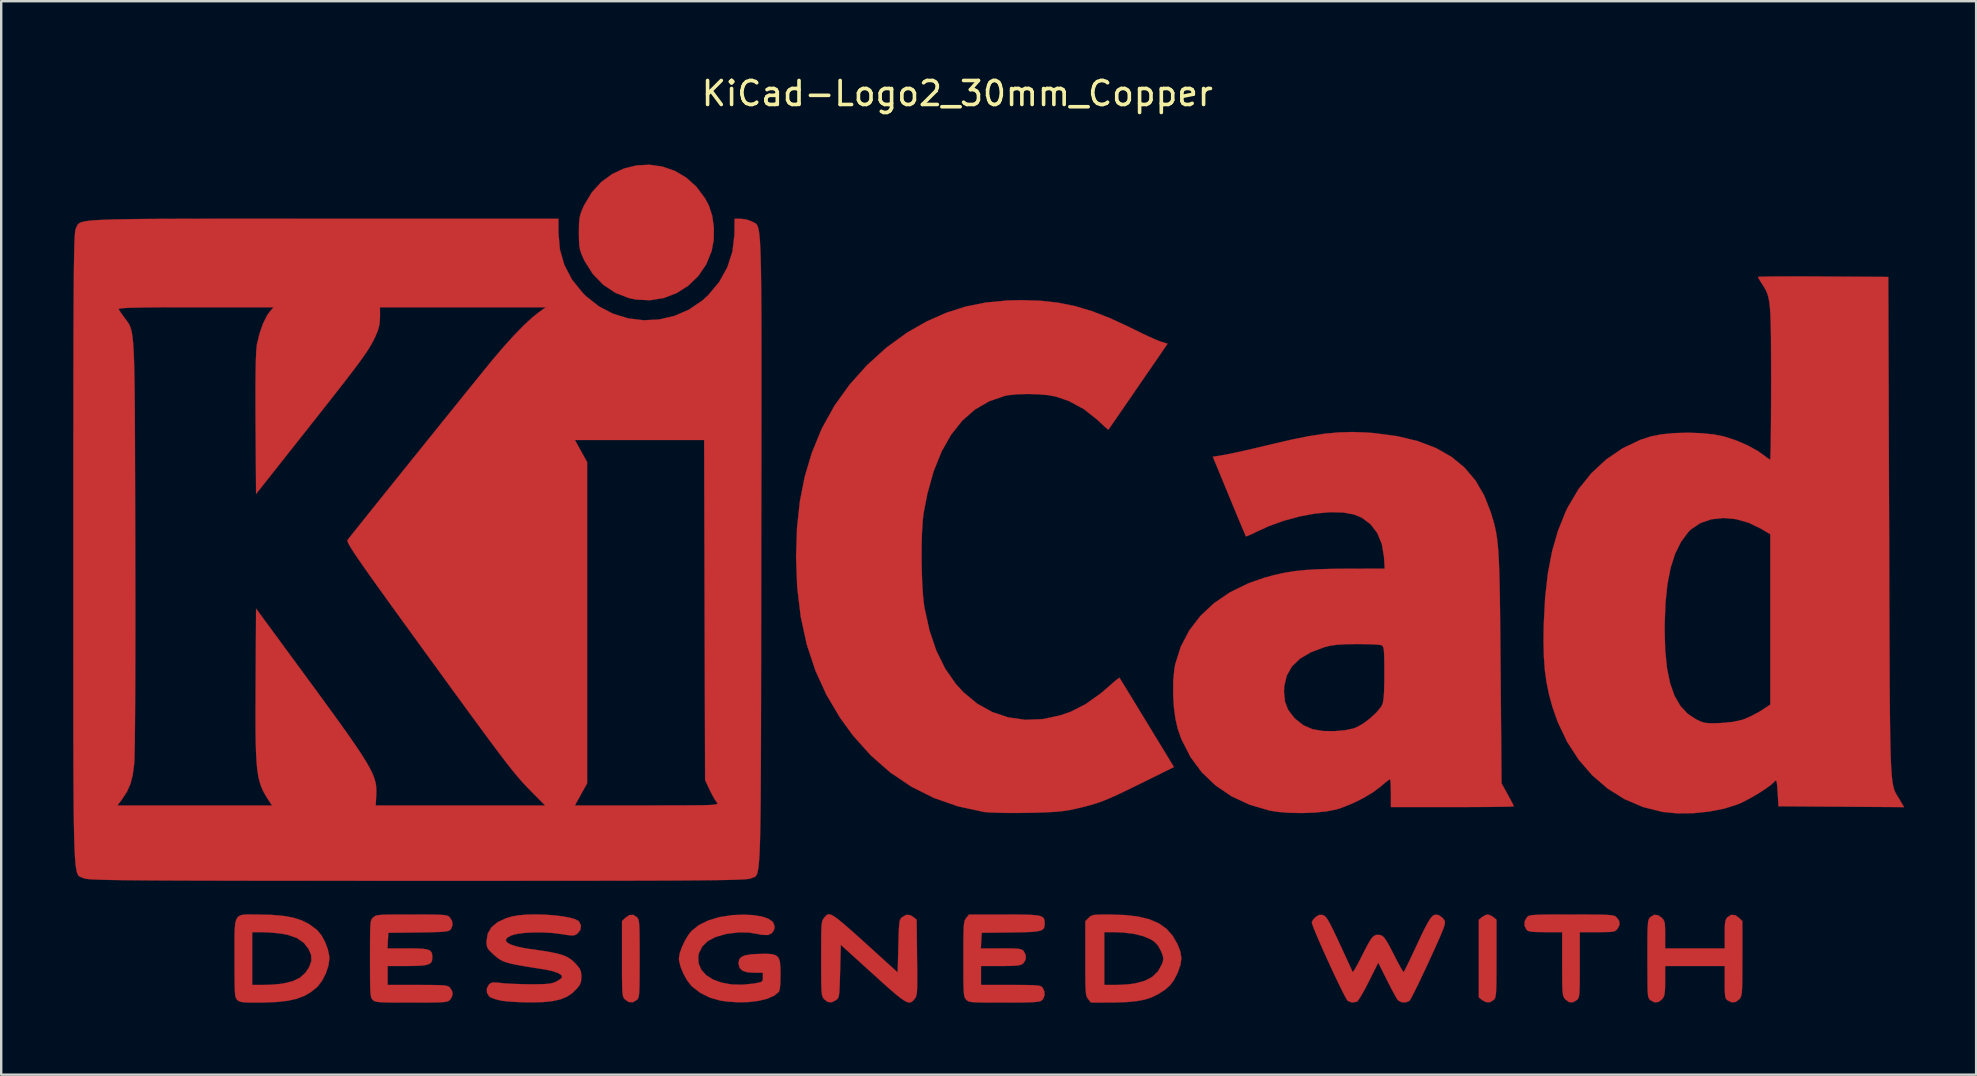
<source format=kicad_pcb>
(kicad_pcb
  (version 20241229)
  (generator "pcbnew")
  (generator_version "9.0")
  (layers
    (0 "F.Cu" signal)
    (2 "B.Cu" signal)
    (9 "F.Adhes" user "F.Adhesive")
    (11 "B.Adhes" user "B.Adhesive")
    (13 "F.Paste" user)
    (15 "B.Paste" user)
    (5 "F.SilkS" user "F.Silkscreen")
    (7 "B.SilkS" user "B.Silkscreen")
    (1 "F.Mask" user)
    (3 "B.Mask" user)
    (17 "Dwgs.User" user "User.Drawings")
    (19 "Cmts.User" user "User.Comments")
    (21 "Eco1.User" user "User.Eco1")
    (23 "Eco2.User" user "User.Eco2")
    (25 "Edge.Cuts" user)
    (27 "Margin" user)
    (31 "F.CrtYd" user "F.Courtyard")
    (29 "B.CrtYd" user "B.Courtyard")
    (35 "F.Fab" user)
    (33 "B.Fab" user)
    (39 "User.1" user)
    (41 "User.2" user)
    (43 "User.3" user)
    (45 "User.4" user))
  (footprint "KiCad-Logo2_30mm_Copper"
    (layer "F.Cu")
    (at 38.106 18.628)
    (property "Reference" "KiCad-Logo2_30mm_Copper" (at -1.27 -17.78 0) (layer "F.SilkS") (effects (font (size 1 1) (thickness 0.15))))
    (attr board_only exclude_from_pos_files exclude_from_bom allow_missing_courtyard)
    (fp_poly (pts (xy 20.943 16.459) (xy 21.062 16.533) (xy 21.195 16.641) (xy 21.195 18.249) (xy 21.194 18.719) (xy 21.193 19.09) (xy 21.189 19.374) (xy 21.182 19.584) (xy 21.171 19.734) (xy 21.155 19.836) (xy 21.134 19.905) (xy 21.107 19.952) (xy 21.087 19.975) (xy 20.93 20.078) (xy 20.751 20.074) (xy 20.594 19.986) (xy 20.461 19.878) (xy 20.461 16.641) (xy 20.594 16.533) (xy 20.723 16.455) (xy 20.828 16.425) (xy 20.943 16.459)) (stroke (width 0.01) (type solid)) (fill yes) (layer "F.Cu"))
    (fp_poly (pts (xy -14.619 16.538) (xy -14.586 16.576) (xy -14.56 16.625) (xy -14.541 16.698) (xy -14.527 16.808) (xy -14.517 16.968) (xy -14.511 17.192) (xy -14.508 17.492) (xy -14.506 17.881) (xy -14.506 18.26) (xy -14.507 18.729) (xy -14.508 19.098) (xy -14.512 19.381) (xy -14.519 19.59) (xy -14.529 19.739) (xy -14.544 19.84) (xy -14.565 19.907) (xy -14.593 19.952) (xy -14.619 19.981) (xy -14.784 20.08) (xy -14.96 20.071) (xy -15.117 19.964) (xy -15.153 19.922) (xy -15.182 19.873) (xy -15.203 19.804) (xy -15.218 19.702) (xy -15.229 19.553) (xy -15.235 19.343) (xy -15.239 19.059) (xy -15.24 18.688) (xy -15.24 18.268) (xy -15.24 16.702) (xy -15.101 16.564) (xy -14.931 16.447) (xy -14.765 16.443) (xy -14.619 16.538)) (stroke (width 0.01) (type solid)) (fill yes) (layer "F.Cu"))
    (fp_poly (pts (xy -13.557 -14.738) (xy -13.044 -14.56) (xy -12.567 -14.28) (xy -12.141 -13.898) (xy -11.781 -13.415) (xy -11.619 -13.11) (xy -11.48 -12.683) (xy -11.412 -12.191) (xy -11.419 -11.684) (xy -11.503 -11.226) (xy -11.73 -10.665) (xy -12.061 -10.179) (xy -12.477 -9.777) (xy -12.961 -9.468) (xy -13.499 -9.262) (xy -14.071 -9.168) (xy -14.662 -9.197) (xy -14.953 -9.259) (xy -15.521 -9.48) (xy -16.025 -9.817) (xy -16.454 -10.26) (xy -16.795 -10.798) (xy -16.823 -10.856) (xy -16.923 -11.077) (xy -16.986 -11.263) (xy -17.02 -11.459) (xy -17.033 -11.71) (xy -17.036 -11.983) (xy -17.032 -12.311) (xy -17.015 -12.549) (xy -16.976 -12.741) (xy -16.906 -12.933) (xy -16.82 -13.122) (xy -16.498 -13.66) (xy -16.103 -14.095) (xy -15.648 -14.428) (xy -15.151 -14.659) (xy -14.626 -14.787) (xy -14.09 -14.814) (xy -13.557 -14.738)) (stroke (width 0.01) (type solid)) (fill yes) (layer "F.Cu"))
    (fp_poly (pts (xy 24.815 16.426) (xy 25.209 16.428) (xy 25.514 16.432) (xy 25.744 16.438) (xy 25.911 16.448) (xy 26.026 16.463) (xy 26.103 16.481) (xy 26.154 16.506) (xy 26.179 16.524) (xy 26.307 16.687) (xy 26.323 16.856) (xy 26.244 17.009) (xy 26.192 17.07) (xy 26.136 17.112) (xy 26.055 17.138) (xy 25.928 17.152) (xy 25.734 17.158) (xy 25.451 17.159) (xy 25.396 17.159) (xy 24.666 17.159) (xy 24.666 18.514) (xy 24.666 18.941) (xy 24.664 19.269) (xy 24.659 19.514) (xy 24.65 19.689) (xy 24.636 19.809) (xy 24.616 19.888) (xy 24.588 19.941) (xy 24.553 19.981) (xy 24.389 20.081) (xy 24.217 20.073) (xy 24.061 19.96) (xy 24.049 19.945) (xy 24.012 19.892) (xy 23.984 19.83) (xy 23.963 19.744) (xy 23.949 19.619) (xy 23.94 19.439) (xy 23.935 19.19) (xy 23.933 18.857) (xy 23.932 18.478) (xy 23.932 17.159) (xy 23.236 17.159) (xy 22.937 17.157) (xy 22.73 17.149) (xy 22.594 17.133) (xy 22.508 17.105) (xy 22.452 17.063) (xy 22.445 17.056) (xy 22.364 16.89) (xy 22.371 16.702) (xy 22.465 16.538) (xy 22.501 16.506) (xy 22.548 16.481) (xy 22.618 16.462) (xy 22.723 16.448) (xy 22.877 16.438) (xy 23.091 16.431) (xy 23.378 16.427) (xy 23.751 16.426) (xy 24.221 16.425) (xy 24.321 16.425) (xy 24.815 16.426)) (stroke (width 0.01) (type solid)) (fill yes) (layer "F.Cu"))
    (fp_poly (pts (xy 31.144 16.453) (xy 31.301 16.564) (xy 31.44 16.702) (xy 31.44 18.25) (xy 31.439 18.709) (xy 31.437 19.069) (xy 31.433 19.344) (xy 31.426 19.547) (xy 31.415 19.692) (xy 31.398 19.792) (xy 31.376 19.862) (xy 31.346 19.914) (xy 31.323 19.945) (xy 31.169 20.068) (xy 30.992 20.082) (xy 30.831 20.006) (xy 30.778 19.962) (xy 30.742 19.903) (xy 30.721 19.808) (xy 30.71 19.655) (xy 30.706 19.423) (xy 30.706 19.244) (xy 30.706 18.57) (xy 28.222 18.57) (xy 28.222 19.183) (xy 28.22 19.464) (xy 28.209 19.657) (xy 28.188 19.787) (xy 28.15 19.879) (xy 28.105 19.945) (xy 27.951 20.068) (xy 27.776 20.083) (xy 27.609 19.995) (xy 27.563 19.95) (xy 27.531 19.889) (xy 27.509 19.795) (xy 27.497 19.648) (xy 27.49 19.43) (xy 27.487 19.121) (xy 27.487 19.05) (xy 27.484 18.468) (xy 27.483 17.989) (xy 27.484 17.601) (xy 27.486 17.294) (xy 27.491 17.058) (xy 27.5 16.883) (xy 27.511 16.756) (xy 27.527 16.669) (xy 27.548 16.61) (xy 27.573 16.569) (xy 27.601 16.538) (xy 27.761 16.439) (xy 27.927 16.453) (xy 28.084 16.564) (xy 28.147 16.636) (xy 28.188 16.715) (xy 28.21 16.828) (xy 28.22 17) (xy 28.222 17.259) (xy 28.222 17.269) (xy 28.222 17.836) (xy 30.706 17.836) (xy 30.706 17.244) (xy 30.708 16.971) (xy 30.718 16.786) (xy 30.74 16.667) (xy 30.777 16.587) (xy 30.819 16.538) (xy 30.978 16.439) (xy 31.144 16.453)) (stroke (width 0.01) (type solid)) (fill yes) (layer "F.Cu"))
    (fp_poly (pts (xy 5.092 16.426) (xy 5.736 16.448) (xy 6.285 16.514) (xy 6.746 16.629) (xy 7.129 16.795) (xy 7.443 17.018) (xy 7.696 17.301) (xy 7.898 17.648) (xy 7.902 17.657) (xy 8.023 17.967) (xy 8.066 18.243) (xy 8.031 18.519) (xy 7.918 18.835) (xy 7.897 18.883) (xy 7.751 19.165) (xy 7.587 19.382) (xy 7.375 19.567) (xy 7.086 19.751) (xy 7.069 19.76) (xy 6.818 19.881) (xy 6.533 19.971) (xy 6.198 20.034) (xy 5.793 20.073) (xy 5.3 20.09) (xy 5.126 20.091) (xy 4.298 20.094) (xy 4.181 19.945) (xy 4.146 19.897) (xy 4.119 19.839) (xy 4.099 19.76) (xy 4.084 19.646) (xy 4.074 19.482) (xy 4.071 19.36) (xy 4.854 19.36) (xy 5.324 19.36) (xy 5.598 19.352) (xy 5.88 19.331) (xy 6.112 19.301) (xy 6.126 19.299) (xy 6.537 19.189) (xy 6.856 19.023) (xy 7.092 18.794) (xy 7.257 18.495) (xy 7.286 18.415) (xy 7.314 18.292) (xy 7.301 18.17) (xy 7.242 18.007) (xy 7.207 17.927) (xy 7.09 17.715) (xy 6.949 17.566) (xy 6.795 17.463) (xy 6.485 17.328) (xy 6.088 17.23) (xy 5.626 17.174) (xy 5.292 17.161) (xy 4.854 17.159) (xy 4.854 19.36) (xy 4.071 19.36) (xy 4.068 19.255) (xy 4.065 18.952) (xy 4.064 18.558) (xy 4.064 18.25) (xy 4.064 16.702) (xy 4.203 16.564) (xy 4.264 16.508) (xy 4.331 16.469) (xy 4.423 16.445) (xy 4.564 16.432) (xy 4.774 16.427) (xy 5.074 16.426) (xy 5.092 16.426)) (stroke (width 0.01) (type solid)) (fill yes) (layer "F.Cu"))
    (fp_poly (pts (xy -30.607 16.425) (xy -30.409 16.427) (xy -29.831 16.441) (xy -29.347 16.483) (xy -28.94 16.556) (xy -28.594 16.666) (xy -28.292 16.817) (xy -28.019 17.013) (xy -27.921 17.098) (xy -27.759 17.297) (xy -27.613 17.567) (xy -27.5 17.867) (xy -27.438 18.154) (xy -27.432 18.26) (xy -27.472 18.554) (xy -27.579 18.875) (xy -27.735 19.179) (xy -27.919 19.422) (xy -27.949 19.451) (xy -28.203 19.657) (xy -28.481 19.817) (xy -28.798 19.937) (xy -29.172 20.02) (xy -29.619 20.07) (xy -30.153 20.092) (xy -30.398 20.094) (xy -30.709 20.093) (xy -30.928 20.086) (xy -31.075 20.073) (xy -31.17 20.049) (xy -31.235 20.013) (xy -31.27 19.981) (xy -31.303 19.943) (xy -31.329 19.895) (xy -31.349 19.822) (xy -31.363 19.712) (xy -31.372 19.551) (xy -31.378 19.328) (xy -31.382 19.028) (xy -31.383 18.638) (xy -31.383 18.26) (xy -31.384 17.755) (xy -31.384 17.352) (xy -31.379 17.159) (xy -30.649 17.159) (xy -30.649 19.36) (xy -30.184 19.36) (xy -29.903 19.352) (xy -29.61 19.331) (xy -29.365 19.302) (xy -29.358 19.301) (xy -28.962 19.205) (xy -28.655 19.056) (xy -28.422 18.844) (xy -28.273 18.615) (xy -28.182 18.36) (xy -28.189 18.121) (xy -28.295 17.865) (xy -28.502 17.599) (xy -28.79 17.403) (xy -29.164 17.272) (xy -29.414 17.225) (xy -29.697 17.193) (xy -29.998 17.169) (xy -30.253 17.159) (xy -30.268 17.159) (xy -30.649 17.159) (xy -31.379 17.159) (xy -31.376 17.039) (xy -31.355 16.805) (xy -31.314 16.639) (xy -31.248 16.529) (xy -31.15 16.464) (xy -31.014 16.432) (xy -30.835 16.423) (xy -30.607 16.425)) (stroke (width 0.01) (type solid)) (fill yes) (layer "F.Cu"))
    (fp_poly (pts (xy -6.501 16.447) (xy -6.383 16.516) (xy -6.229 16.629) (xy -6.03 16.792) (xy -5.78 17.009) (xy -5.469 17.285) (xy -5.09 17.627) (xy -4.657 18.02) (xy -3.754 18.839) (xy -3.725 17.74) (xy -3.715 17.362) (xy -3.705 17.08) (xy -3.694 16.879) (xy -3.678 16.741) (xy -3.656 16.652) (xy -3.626 16.594) (xy -3.585 16.551) (xy -3.564 16.533) (xy -3.391 16.438) (xy -3.227 16.452) (xy -3.097 16.533) (xy -2.963 16.641) (xy -2.947 18.216) (xy -2.942 18.679) (xy -2.94 19.043) (xy -2.941 19.321) (xy -2.945 19.527) (xy -2.954 19.674) (xy -2.969 19.776) (xy -2.99 19.847) (xy -3.018 19.9) (xy -3.05 19.942) (xy -3.117 20.021) (xy -3.184 20.073) (xy -3.261 20.093) (xy -3.355 20.075) (xy -3.477 20.014) (xy -3.636 19.904) (xy -3.842 19.74) (xy -4.103 19.515) (xy -4.429 19.224) (xy -4.798 18.89) (xy -6.124 17.687) (xy -6.152 18.783) (xy -6.163 19.161) (xy -6.173 19.442) (xy -6.184 19.643) (xy -6.2 19.779) (xy -6.222 19.869) (xy -6.252 19.926) (xy -6.293 19.969) (xy -6.314 19.986) (xy -6.499 20.082) (xy -6.674 20.067) (xy -6.826 19.945) (xy -6.86 19.896) (xy -6.888 19.839) (xy -6.908 19.76) (xy -6.923 19.645) (xy -6.932 19.48) (xy -6.938 19.253) (xy -6.941 18.948) (xy -6.943 18.552) (xy -6.943 18.26) (xy -6.942 17.802) (xy -6.941 17.443) (xy -6.937 17.17) (xy -6.929 16.969) (xy -6.918 16.825) (xy -6.901 16.725) (xy -6.878 16.656) (xy -6.848 16.604) (xy -6.826 16.574) (xy -6.769 16.503) (xy -6.717 16.45) (xy -6.659 16.419) (xy -6.59 16.417) (xy -6.501 16.447)) (stroke (width 0.01) (type solid)) (fill yes) (layer "F.Cu"))
    (fp_poly (pts (xy -9.75 16.453) (xy -9.408 16.51) (xy -9.145 16.6) (xy -8.974 16.717) (xy -8.927 16.785) (xy -8.879 16.941) (xy -8.911 17.082) (xy -9.012 17.216) (xy -9.169 17.279) (xy -9.396 17.273) (xy -9.572 17.24) (xy -9.962 17.175) (xy -10.361 17.169) (xy -10.808 17.221) (xy -10.931 17.243) (xy -11.346 17.361) (xy -11.671 17.535) (xy -11.902 17.763) (xy -12.036 18.042) (xy -12.063 18.187) (xy -12.045 18.48) (xy -11.929 18.739) (xy -11.724 18.96) (xy -11.442 19.136) (xy -11.094 19.264) (xy -10.689 19.338) (xy -10.239 19.352) (xy -9.755 19.303) (xy -9.727 19.298) (xy -9.534 19.262) (xy -9.427 19.228) (xy -9.381 19.176) (xy -9.37 19.09) (xy -9.37 19.044) (xy -9.37 18.852) (xy -9.712 18.852) (xy -10.014 18.832) (xy -10.221 18.766) (xy -10.341 18.649) (xy -10.384 18.475) (xy -10.385 18.452) (xy -10.359 18.303) (xy -10.272 18.197) (xy -10.11 18.127) (xy -9.859 18.086) (xy -9.616 18.071) (xy -9.262 18.062) (xy -9.006 18.075) (xy -8.831 18.124) (xy -8.722 18.222) (xy -8.664 18.382) (xy -8.64 18.619) (xy -8.636 18.93) (xy -8.643 19.278) (xy -8.664 19.514) (xy -8.7 19.64) (xy -8.707 19.65) (xy -8.901 19.808) (xy -9.186 19.932) (xy -9.544 20.022) (xy -9.957 20.073) (xy -10.406 20.083) (xy -10.873 20.05) (xy -11.148 20.01) (xy -11.579 19.888) (xy -11.979 19.688) (xy -12.315 19.429) (xy -12.366 19.378) (xy -12.532 19.16) (xy -12.681 18.891) (xy -12.797 18.608) (xy -12.861 18.351) (xy -12.869 18.253) (xy -12.836 18.047) (xy -12.748 17.791) (xy -12.621 17.522) (xy -12.474 17.276) (xy -12.344 17.112) (xy -12.039 16.867) (xy -11.645 16.673) (xy -11.176 16.532) (xy -10.646 16.451) (xy -10.16 16.431) (xy -9.75 16.453)) (stroke (width 0.01) (type solid)) (fill yes) (layer "F.Cu"))
    (fp_poly (pts (xy 1.152 16.426) (xy 1.534 16.431) (xy 1.826 16.442) (xy 2.041 16.461) (xy 2.191 16.491) (xy 2.287 16.535) (xy 2.341 16.596) (xy 2.365 16.675) (xy 2.371 16.775) (xy 2.371 16.787) (xy 2.366 16.9) (xy 2.342 16.988) (xy 2.287 17.053) (xy 2.187 17.1) (xy 2.029 17.131) (xy 1.801 17.151) (xy 1.49 17.163) (xy 1.081 17.17) (xy 0.956 17.172) (xy -0.254 17.187) (xy -0.271 17.512) (xy -0.288 17.836) (xy 0.553 17.836) (xy 0.881 17.838) (xy 1.116 17.843) (xy 1.275 17.854) (xy 1.379 17.874) (xy 1.445 17.904) (xy 1.494 17.947) (xy 1.494 17.947) (xy 1.582 18.116) (xy 1.579 18.297) (xy 1.487 18.452) (xy 1.468 18.468) (xy 1.404 18.509) (xy 1.315 18.538) (xy 1.183 18.556) (xy 0.987 18.566) (xy 0.708 18.57) (xy 0.53 18.57) (xy -0.282 18.57) (xy -0.282 19.36) (xy 0.951 19.36) (xy 1.358 19.361) (xy 1.667 19.364) (xy 1.893 19.37) (xy 2.051 19.381) (xy 2.156 19.398) (xy 2.223 19.421) (xy 2.266 19.452) (xy 2.277 19.464) (xy 2.358 19.621) (xy 2.364 19.801) (xy 2.298 19.956) (xy 2.245 20.006) (xy 2.191 20.034) (xy 2.106 20.055) (xy 1.978 20.071) (xy 1.794 20.082) (xy 1.539 20.089) (xy 1.2 20.093) (xy 0.765 20.094) (xy 0.667 20.094) (xy 0.225 20.094) (xy -0.119 20.092) (xy -0.377 20.088) (xy -0.564 20.081) (xy -0.694 20.069) (xy -0.78 20.051) (xy -0.837 20.026) (xy -0.878 19.994) (xy -0.901 19.971) (xy -0.935 19.929) (xy -0.961 19.878) (xy -0.981 19.804) (xy -0.996 19.693) (xy -1.006 19.532) (xy -1.012 19.307) (xy -1.015 19.006) (xy -1.016 18.615) (xy -1.016 18.285) (xy -1.016 17.823) (xy -1.014 17.461) (xy -1.01 17.184) (xy -1.003 16.979) (xy -0.992 16.832) (xy -0.975 16.731) (xy -0.953 16.66) (xy -0.924 16.607) (xy -0.899 16.574) (xy -0.782 16.425) (xy 0.669 16.425) (xy 1.152 16.426)) (stroke (width 0.01) (type solid)) (fill yes) (layer "F.Cu"))
    (fp_poly (pts (xy -23.564 16.426) (xy -23.217 16.428) (xy -22.955 16.432) (xy -22.764 16.44) (xy -22.631 16.452) (xy -22.541 16.47) (xy -22.48 16.494) (xy -22.435 16.526) (xy -22.419 16.54) (xy -22.32 16.696) (xy -22.302 16.874) (xy -22.367 17.033) (xy -22.398 17.065) (xy -22.446 17.096) (xy -22.525 17.12) (xy -22.647 17.138) (xy -22.828 17.151) (xy -23.083 17.16) (xy -23.425 17.168) (xy -23.738 17.172) (xy -24.977 17.187) (xy -24.994 17.512) (xy -25.011 17.836) (xy -24.17 17.836) (xy -23.805 17.84) (xy -23.538 17.853) (xy -23.353 17.882) (xy -23.236 17.932) (xy -23.172 18.008) (xy -23.146 18.117) (xy -23.142 18.219) (xy -23.155 18.343) (xy -23.201 18.435) (xy -23.297 18.498) (xy -23.456 18.539) (xy -23.692 18.561) (xy -24.02 18.569) (xy -24.199 18.57) (xy -25.005 18.57) (xy -25.005 19.36) (xy -23.763 19.36) (xy -23.356 19.361) (xy -23.047 19.364) (xy -22.82 19.369) (xy -22.66 19.38) (xy -22.553 19.396) (xy -22.482 19.419) (xy -22.433 19.45) (xy -22.408 19.473) (xy -22.323 19.608) (xy -22.296 19.727) (xy -22.335 19.873) (xy -22.408 19.981) (xy -22.448 20.015) (xy -22.498 20.042) (xy -22.574 20.061) (xy -22.689 20.076) (xy -22.856 20.085) (xy -23.088 20.09) (xy -23.401 20.093) (xy -23.807 20.094) (xy -24.017 20.094) (xy -24.468 20.094) (xy -24.82 20.092) (xy -25.086 20.088) (xy -25.28 20.08) (xy -25.415 20.068) (xy -25.506 20.051) (xy -25.566 20.028) (xy -25.609 19.997) (xy -25.626 19.981) (xy -25.659 19.943) (xy -25.685 19.894) (xy -25.704 19.821) (xy -25.718 19.711) (xy -25.728 19.55) (xy -25.734 19.326) (xy -25.737 19.024) (xy -25.738 18.634) (xy -25.739 18.27) (xy -25.738 17.804) (xy -25.737 17.437) (xy -25.734 17.157) (xy -25.728 16.951) (xy -25.718 16.804) (xy -25.703 16.705) (xy -25.681 16.639) (xy -25.653 16.594) (xy -25.617 16.556) (xy -25.608 16.548) (xy -25.565 16.511) (xy -25.514 16.482) (xy -25.443 16.461) (xy -25.337 16.445) (xy -25.182 16.435) (xy -24.964 16.429) (xy -24.669 16.426) (xy -24.284 16.425) (xy -24.01 16.425) (xy -23.564 16.426)) (stroke (width 0.01) (type solid)) (fill yes) (layer "F.Cu"))
    (fp_poly (pts (xy 18.723 16.435) (xy 18.821 16.47) (xy 18.825 16.472) (xy 18.958 16.573) (xy 19.031 16.678) (xy 19.046 16.727) (xy 19.045 16.792) (xy 19.025 16.884) (xy 18.981 17.016) (xy 18.908 17.199) (xy 18.803 17.443) (xy 18.661 17.762) (xy 18.477 18.165) (xy 18.376 18.386) (xy 18.193 18.78) (xy 18.022 19.142) (xy 17.868 19.459) (xy 17.738 19.719) (xy 17.64 19.906) (xy 17.578 20.009) (xy 17.566 20.024) (xy 17.411 20.087) (xy 17.236 20.078) (xy 17.095 20.002) (xy 17.089 19.995) (xy 17.033 19.911) (xy 16.94 19.746) (xy 16.819 19.522) (xy 16.684 19.26) (xy 16.636 19.164) (xy 16.27 18.431) (xy 15.871 19.227) (xy 15.729 19.502) (xy 15.597 19.741) (xy 15.486 19.924) (xy 15.407 20.035) (xy 15.38 20.059) (xy 15.171 20.091) (xy 14.999 20.024) (xy 14.949 19.952) (xy 14.861 19.793) (xy 14.744 19.563) (xy 14.604 19.276) (xy 14.448 18.949) (xy 14.284 18.598) (xy 14.119 18.236) (xy 13.959 17.882) (xy 13.813 17.549) (xy 13.687 17.254) (xy 13.588 17.012) (xy 13.524 16.84) (xy 13.501 16.751) (xy 13.501 16.748) (xy 13.557 16.637) (xy 13.667 16.524) (xy 13.674 16.519) (xy 13.809 16.442) (xy 13.935 16.443) (xy 13.982 16.457) (xy 14.039 16.489) (xy 14.1 16.55) (xy 14.172 16.655) (xy 14.262 16.815) (xy 14.377 17.043) (xy 14.525 17.353) (xy 14.659 17.639) (xy 14.812 17.971) (xy 14.95 18.269) (xy 15.065 18.519) (xy 15.149 18.703) (xy 15.196 18.808) (xy 15.203 18.824) (xy 15.233 18.797) (xy 15.304 18.686) (xy 15.405 18.505) (xy 15.528 18.271) (xy 15.576 18.175) (xy 15.741 17.85) (xy 15.868 17.613) (xy 15.968 17.451) (xy 16.051 17.35) (xy 16.128 17.295) (xy 16.208 17.274) (xy 16.261 17.272) (xy 16.353 17.28) (xy 16.435 17.314) (xy 16.515 17.388) (xy 16.606 17.515) (xy 16.719 17.71) (xy 16.863 17.987) (xy 16.943 18.145) (xy 17.073 18.395) (xy 17.186 18.604) (xy 17.272 18.751) (xy 17.322 18.821) (xy 17.329 18.824) (xy 17.361 18.769) (xy 17.434 18.626) (xy 17.539 18.411) (xy 17.669 18.138) (xy 17.818 17.822) (xy 17.891 17.665) (xy 18.081 17.26) (xy 18.235 16.949) (xy 18.359 16.72) (xy 18.462 16.565) (xy 18.551 16.472) (xy 18.636 16.433) (xy 18.723 16.435)) (stroke (width 0.01) (type solid)) (fill yes) (layer "F.Cu"))
    (fp_poly (pts (xy -18.459 16.432) (xy -18.084 16.458) (xy -17.737 16.499) (xy -17.435 16.553) (xy -17.2 16.618) (xy -17.052 16.694) (xy -17.029 16.716) (xy -16.95 16.889) (xy -16.974 17.067) (xy -17.097 17.219) (xy -17.103 17.223) (xy -17.175 17.27) (xy -17.25 17.294) (xy -17.355 17.297) (xy -17.516 17.279) (xy -17.76 17.241) (xy -17.78 17.238) (xy -18.144 17.193) (xy -18.536 17.171) (xy -18.93 17.171) (xy -19.297 17.191) (xy -19.61 17.232) (xy -19.842 17.293) (xy -19.857 17.299) (xy -20.025 17.393) (xy -20.084 17.488) (xy -20.038 17.582) (xy -19.89 17.672) (xy -19.645 17.754) (xy -19.305 17.827) (xy -19.078 17.862) (xy -18.607 17.929) (xy -18.233 17.991) (xy -17.939 18.052) (xy -17.709 18.118) (xy -17.528 18.195) (xy -17.379 18.286) (xy -17.247 18.399) (xy -17.141 18.51) (xy -17.015 18.664) (xy -16.953 18.797) (xy -16.934 18.96) (xy -16.933 19.02) (xy -16.948 19.219) (xy -17.006 19.366) (xy -17.107 19.497) (xy -17.311 19.698) (xy -17.539 19.851) (xy -17.808 19.961) (xy -18.133 20.034) (xy -18.534 20.074) (xy -19.025 20.086) (xy -19.106 20.086) (xy -19.434 20.079) (xy -19.759 20.064) (xy -20.046 20.042) (xy -20.26 20.016) (xy -20.277 20.013) (xy -20.489 19.962) (xy -20.669 19.899) (xy -20.771 19.841) (xy -20.866 19.688) (xy -20.872 19.51) (xy -20.79 19.351) (xy -20.772 19.333) (xy -20.697 19.279) (xy -20.602 19.256) (xy -20.456 19.26) (xy -20.278 19.281) (xy -20.08 19.299) (xy -19.802 19.314) (xy -19.477 19.325) (xy -19.139 19.331) (xy -19.05 19.331) (xy -18.711 19.33) (xy -18.462 19.323) (xy -18.283 19.309) (xy -18.151 19.285) (xy -18.045 19.249) (xy -17.981 19.219) (xy -17.84 19.136) (xy -17.75 19.061) (xy -17.737 19.039) (xy -17.765 18.951) (xy -17.896 18.866) (xy -18.122 18.787) (xy -18.434 18.719) (xy -18.526 18.704) (xy -19.005 18.629) (xy -19.388 18.566) (xy -19.689 18.511) (xy -19.922 18.459) (xy -20.103 18.405) (xy -20.246 18.346) (xy -20.366 18.276) (xy -20.478 18.191) (xy -20.597 18.087) (xy -20.637 18.05) (xy -20.777 17.913) (xy -20.851 17.805) (xy -20.88 17.681) (xy -20.884 17.525) (xy -20.833 17.219) (xy -20.679 16.958) (xy -20.423 16.745) (xy -20.066 16.579) (xy -19.812 16.505) (xy -19.535 16.457) (xy -19.204 16.43) (xy -18.839 16.422) (xy -18.459 16.432)) (stroke (width 0.01) (type solid)) (fill yes) (layer "F.Cu"))
    (fp_poly (pts (xy 2.188 -9.148) (xy 2.924 -9.067) (xy 3.638 -8.923) (xy 4.357 -8.708) (xy 5.111 -8.414) (xy 5.93 -8.033) (xy 6.078 -7.959) (xy 6.416 -7.793) (xy 6.735 -7.643) (xy 7.003 -7.524) (xy 7.189 -7.45) (xy 7.218 -7.44) (xy 7.492 -7.358) (xy 6.265 -5.574) (xy 5.966 -5.138) (xy 5.691 -4.739) (xy 5.452 -4.392) (xy 5.257 -4.11) (xy 5.116 -3.905) (xy 5.038 -3.793) (xy 5.026 -3.775) (xy 4.974 -3.812) (xy 4.847 -3.924) (xy 4.668 -4.091) (xy 4.569 -4.185) (xy 4.007 -4.631) (xy 3.377 -4.97) (xy 2.834 -5.156) (xy 2.508 -5.215) (xy 2.099 -5.25) (xy 1.657 -5.262) (xy 1.228 -5.25) (xy 0.861 -5.213) (xy 0.715 -5.185) (xy 0.055 -4.958) (xy -0.539 -4.612) (xy -1.068 -4.146) (xy -1.53 -3.563) (xy -1.927 -2.861) (xy -2.256 -2.043) (xy -2.517 -1.108) (xy -2.673 -0.307) (xy -2.713 0.046) (xy -2.741 0.503) (xy -2.756 1.029) (xy -2.759 1.594) (xy -2.749 2.163) (xy -2.728 2.703) (xy -2.695 3.184) (xy -2.65 3.57) (xy -2.641 3.629) (xy -2.429 4.59) (xy -2.141 5.439) (xy -1.775 6.183) (xy -1.328 6.823) (xy -1.011 7.169) (xy -0.441 7.64) (xy 0.184 7.988) (xy 0.853 8.213) (xy 1.557 8.312) (xy 2.284 8.285) (xy 3.023 8.128) (xy 3.461 7.974) (xy 4.066 7.666) (xy 4.69 7.225) (xy 5.04 6.926) (xy 5.236 6.753) (xy 5.39 6.626) (xy 5.478 6.565) (xy 5.489 6.563) (xy 5.528 6.626) (xy 5.629 6.791) (xy 5.784 7.044) (xy 5.985 7.372) (xy 6.221 7.76) (xy 6.485 8.193) (xy 6.633 8.435) (xy 7.756 10.281) (xy 6.353 10.974) (xy 5.846 11.223) (xy 5.435 11.419) (xy 5.095 11.573) (xy 4.802 11.693) (xy 4.529 11.79) (xy 4.252 11.873) (xy 3.946 11.953) (xy 3.653 12.022) (xy 3.392 12.076) (xy 3.12 12.117) (xy 2.808 12.147) (xy 2.429 12.168) (xy 1.957 12.183) (xy 1.639 12.189) (xy 1.185 12.194) (xy 0.749 12.192) (xy 0.361 12.183) (xy 0.049 12.17) (xy -0.157 12.152) (xy -0.169 12.15) (xy -1.242 11.918) (xy -2.249 11.566) (xy -3.19 11.095) (xy -4.066 10.504) (xy -4.875 9.794) (xy -5.617 8.965) (xy -6.154 8.228) (xy -6.726 7.263) (xy -7.189 6.245) (xy -7.544 5.164) (xy -7.794 4.013) (xy -7.941 2.783) (xy -7.987 1.534) (xy -7.949 0.327) (xy -7.83 -0.788) (xy -7.625 -1.828) (xy -7.33 -2.812) (xy -6.943 -3.759) (xy -6.897 -3.857) (xy -6.387 -4.774) (xy -5.761 -5.647) (xy -5.037 -6.457) (xy -4.232 -7.187) (xy -3.364 -7.818) (xy -2.555 -8.281) (xy -1.738 -8.643) (xy -0.919 -8.906) (xy -0.066 -9.076) (xy 0.851 -9.16) (xy 1.4 -9.173) (xy 2.188 -9.148)) (stroke (width 0.01) (type solid)) (fill yes) (layer "F.Cu"))
    (fp_poly (pts (xy 34.027 -10.161) (xy 34.608 -10.159) (xy 34.806 -10.157) (xy 37.52 -10.14) (xy 37.554 0.273) (xy 37.558 1.685) (xy 37.562 2.967) (xy 37.566 4.126) (xy 37.57 5.168) (xy 37.574 6.1) (xy 37.578 6.929) (xy 37.584 7.661) (xy 37.59 8.303) (xy 37.598 8.861) (xy 37.607 9.342) (xy 37.618 9.753) (xy 37.631 10.101) (xy 37.646 10.392) (xy 37.664 10.632) (xy 37.685 10.828) (xy 37.709 10.988) (xy 37.736 11.117) (xy 37.766 11.222) (xy 37.801 11.31) (xy 37.84 11.388) (xy 37.883 11.462) (xy 37.931 11.538) (xy 37.983 11.624) (xy 37.994 11.642) (xy 38.175 11.951) (xy 35.56 11.933) (xy 32.945 11.915) (xy 32.911 11.34) (xy 32.892 11.065) (xy 32.873 10.905) (xy 32.847 10.842) (xy 32.807 10.855) (xy 32.774 10.891) (xy 32.63 11.024) (xy 32.396 11.195) (xy 32.105 11.383) (xy 31.788 11.568) (xy 31.481 11.73) (xy 31.244 11.836) (xy 30.691 12.011) (xy 30.056 12.136) (xy 29.386 12.204) (xy 28.728 12.211) (xy 28.129 12.154) (xy 28.12 12.152) (xy 27.301 11.947) (xy 26.534 11.619) (xy 25.827 11.177) (xy 25.187 10.627) (xy 24.622 9.976) (xy 24.139 9.231) (xy 23.745 8.4) (xy 23.53 7.784) (xy 23.388 7.269) (xy 23.284 6.77) (xy 23.212 6.257) (xy 23.171 5.699) (xy 23.156 5.068) (xy 23.162 4.552) (xy 28.201 4.552) (xy 28.225 5.417) (xy 28.3 6.161) (xy 28.429 6.791) (xy 28.614 7.314) (xy 28.857 7.735) (xy 29.161 8.062) (xy 29.511 8.293) (xy 29.694 8.38) (xy 29.852 8.432) (xy 30.029 8.455) (xy 30.266 8.457) (xy 30.521 8.448) (xy 31.023 8.404) (xy 31.42 8.317) (xy 31.545 8.274) (xy 31.83 8.145) (xy 32.131 7.984) (xy 32.262 7.903) (xy 32.603 7.68) (xy 32.603 0.582) (xy 32.228 0.357) (xy 31.704 0.102) (xy 31.169 -0.048) (xy 30.642 -0.096) (xy 30.143 -0.041) (xy 29.691 0.115) (xy 29.307 0.372) (xy 29.182 0.495) (xy 28.883 0.898) (xy 28.641 1.386) (xy 28.454 1.968) (xy 28.319 2.651) (xy 28.236 3.444) (xy 28.202 4.355) (xy 28.201 4.552) (xy 23.162 4.552) (xy 23.165 4.337) (xy 23.223 3.213) (xy 23.338 2.199) (xy 23.515 1.281) (xy 23.757 0.443) (xy 24.065 -0.329) (xy 24.175 -0.558) (xy 24.619 -1.304) (xy 25.155 -1.967) (xy 25.771 -2.537) (xy 26.454 -3.002) (xy 27.191 -3.352) (xy 27.634 -3.496) (xy 28.068 -3.581) (xy 28.591 -3.632) (xy 29.158 -3.649) (xy 29.725 -3.63) (xy 30.25 -3.577) (xy 30.671 -3.494) (xy 31.172 -3.331) (xy 31.658 -3.122) (xy 32.083 -2.887) (xy 32.309 -2.727) (xy 32.465 -2.609) (xy 32.575 -2.537) (xy 32.599 -2.526) (xy 32.607 -2.592) (xy 32.614 -2.782) (xy 32.621 -3.081) (xy 32.627 -3.476) (xy 32.631 -3.955) (xy 32.635 -4.504) (xy 32.637 -5.108) (xy 32.638 -5.725) (xy 32.637 -6.514) (xy 32.635 -7.179) (xy 32.631 -7.733) (xy 32.622 -8.189) (xy 32.609 -8.559) (xy 32.589 -8.857) (xy 32.562 -9.094) (xy 32.526 -9.283) (xy 32.481 -9.438) (xy 32.426 -9.571) (xy 32.358 -9.695) (xy 32.277 -9.822) (xy 32.267 -9.837) (xy 32.163 -10.002) (xy 32.1 -10.115) (xy 32.091 -10.139) (xy 32.157 -10.146) (xy 32.345 -10.152) (xy 32.641 -10.157) (xy 33.029 -10.16) (xy 33.496 -10.161) (xy 34.027 -10.161)) (stroke (width 0.01) (type solid)) (fill yes) (layer "F.Cu"))
    (fp_poly (pts (xy 15.752 -3.659) (xy 16.091 -3.633) (xy 17.059 -3.505) (xy 17.916 -3.299) (xy 18.666 -3.014) (xy 19.315 -2.647) (xy 19.865 -2.195) (xy 20.321 -1.655) (xy 20.687 -1.024) (xy 20.954 -0.341) (xy 21.022 -0.124) (xy 21.081 0.08) (xy 21.132 0.281) (xy 21.176 0.49) (xy 21.213 0.719) (xy 21.244 0.977) (xy 21.27 1.277) (xy 21.291 1.628) (xy 21.308 2.042) (xy 21.322 2.531) (xy 21.334 3.104) (xy 21.343 3.774) (xy 21.352 4.55) (xy 21.36 5.444) (xy 21.366 6.145) (xy 21.406 10.959) (xy 21.662 11.422) (xy 21.783 11.645) (xy 21.873 11.819) (xy 21.916 11.911) (xy 21.918 11.917) (xy 21.852 11.924) (xy 21.665 11.931) (xy 21.37 11.937) (xy 20.985 11.942) (xy 20.522 11.945) (xy 19.997 11.948) (xy 19.425 11.949) (xy 19.357 11.949) (xy 16.797 11.949) (xy 16.797 11.369) (xy 16.792 11.106) (xy 16.781 10.906) (xy 16.764 10.798) (xy 16.757 10.788) (xy 16.689 10.83) (xy 16.549 10.939) (xy 16.368 11.093) (xy 16.364 11.097) (xy 16.033 11.343) (xy 15.615 11.59) (xy 15.158 11.814) (xy 14.708 11.991) (xy 14.509 12.051) (xy 14.115 12.128) (xy 13.631 12.177) (xy 13.102 12.197) (xy 12.572 12.188) (xy 12.085 12.15) (xy 11.744 12.095) (xy 10.909 11.849) (xy 10.157 11.5) (xy 9.493 11.05) (xy 8.922 10.505) (xy 8.449 9.868) (xy 8.079 9.145) (xy 7.92 8.706) (xy 7.82 8.279) (xy 7.753 7.767) (xy 7.723 7.216) (xy 7.724 7.136) (xy 12.342 7.136) (xy 12.38 7.545) (xy 12.507 7.885) (xy 12.743 8.201) (xy 12.834 8.293) (xy 13.155 8.543) (xy 13.527 8.703) (xy 13.973 8.781) (xy 14.442 8.786) (xy 14.887 8.749) (xy 15.228 8.675) (xy 15.376 8.62) (xy 15.642 8.469) (xy 15.925 8.256) (xy 16.183 8.018) (xy 16.375 7.789) (xy 16.426 7.705) (xy 16.466 7.588) (xy 16.494 7.401) (xy 16.513 7.126) (xy 16.522 6.747) (xy 16.524 6.385) (xy 16.522 5.964) (xy 16.517 5.659) (xy 16.506 5.452) (xy 16.487 5.321) (xy 16.458 5.247) (xy 16.417 5.21) (xy 16.404 5.204) (xy 16.294 5.186) (xy 16.077 5.171) (xy 15.781 5.161) (xy 15.438 5.157) (xy 15.363 5.157) (xy 14.903 5.164) (xy 14.549 5.186) (xy 14.266 5.225) (xy 14.034 5.283) (xy 13.456 5.501) (xy 13.002 5.77) (xy 12.67 6.093) (xy 12.455 6.475) (xy 12.352 6.92) (xy 12.342 7.136) (xy 7.724 7.136) (xy 7.729 6.675) (xy 7.776 6.189) (xy 7.812 5.993) (xy 8.042 5.265) (xy 8.392 4.595) (xy 8.855 3.99) (xy 9.424 3.456) (xy 10.094 2.999) (xy 10.857 2.626) (xy 11.505 2.399) (xy 11.939 2.28) (xy 12.353 2.188) (xy 12.776 2.119) (xy 13.233 2.071) (xy 13.752 2.04) (xy 14.36 2.023) (xy 14.91 2.019) (xy 16.539 2.014) (xy 16.508 1.524) (xy 16.419 0.993) (xy 16.231 0.536) (xy 15.95 0.166) (xy 15.586 -0.108) (xy 15.265 -0.241) (xy 14.806 -0.325) (xy 14.258 -0.337) (xy 13.65 -0.282) (xy 13.004 -0.163) (xy 12.348 0.014) (xy 11.708 0.245) (xy 11.242 0.457) (xy 11.018 0.566) (xy 10.847 0.641) (xy 10.76 0.671) (xy 10.756 0.67) (xy 10.726 0.604) (xy 10.651 0.428) (xy 10.538 0.16) (xy 10.394 -0.185) (xy 10.227 -0.588) (xy 10.057 -0.999) (xy 9.377 -2.647) (xy 9.861 -2.726) (xy 10.07 -2.766) (xy 10.385 -2.833) (xy 10.779 -2.921) (xy 11.224 -3.024) (xy 11.694 -3.135) (xy 11.881 -3.181) (xy 12.69 -3.368) (xy 13.398 -3.509) (xy 14.032 -3.606) (xy 14.618 -3.661) (xy 15.183 -3.678) (xy 15.752 -3.659)) (stroke (width 0.01) (type solid)) (fill yes) (layer "F.Cu"))
    (fp_poly (pts (xy -29.619 -12.564) (xy -28.303 -12.563) (xy -27.691 -12.563) (xy -17.889 -12.563) (xy -17.889 -11.986) (xy -17.828 -11.283) (xy -17.641 -10.634) (xy -17.329 -10.036) (xy -16.889 -9.486) (xy -16.74 -9.337) (xy -16.205 -8.915) (xy -15.614 -8.607) (xy -14.986 -8.414) (xy -14.338 -8.334) (xy -13.688 -8.368) (xy -13.053 -8.516) (xy -12.451 -8.777) (xy -11.899 -9.152) (xy -11.651 -9.377) (xy -11.189 -9.932) (xy -10.851 -10.541) (xy -10.638 -11.198) (xy -10.555 -11.897) (xy -10.554 -11.966) (xy -10.549 -12.563) (xy -10.287 -12.563) (xy -10.054 -12.532) (xy -9.841 -12.455) (xy -9.827 -12.447) (xy -9.779 -12.422) (xy -9.735 -12.403) (xy -9.694 -12.383) (xy -9.658 -12.358) (xy -9.624 -12.321) (xy -9.594 -12.267) (xy -9.567 -12.19) (xy -9.543 -12.085) (xy -9.522 -11.946) (xy -9.504 -11.767) (xy -9.488 -11.543) (xy -9.474 -11.267) (xy -9.463 -10.935) (xy -9.453 -10.541) (xy -9.446 -10.078) (xy -9.44 -9.542) (xy -9.435 -8.927) (xy -9.432 -8.226) (xy -9.431 -7.435) (xy -9.43 -6.548) (xy -9.43 -5.558) (xy -9.431 -4.461) (xy -9.432 -3.251) (xy -9.434 -1.922) (xy -9.436 -0.468) (xy -9.439 1.116) (xy -9.439 1.309) (xy -9.441 2.903) (xy -9.443 4.366) (xy -9.444 5.704) (xy -9.446 6.923) (xy -9.448 8.027) (xy -9.45 9.023) (xy -9.453 9.917) (xy -9.457 10.714) (xy -9.461 11.419) (xy -9.467 12.038) (xy -9.474 12.578) (xy -9.483 13.043) (xy -9.493 13.44) (xy -9.505 13.773) (xy -9.52 14.049) (xy -9.536 14.273) (xy -9.555 14.451) (xy -9.577 14.589) (xy -9.601 14.692) (xy -9.628 14.766) (xy -9.659 14.816) (xy -9.692 14.849) (xy -9.73 14.869) (xy -9.771 14.883) (xy -9.815 14.896) (xy -9.864 14.914) (xy -9.876 14.919) (xy -9.914 14.931) (xy -9.976 14.942) (xy -10.07 14.953) (xy -10.2 14.962) (xy -10.371 14.97) (xy -10.59 14.978) (xy -10.861 14.985) (xy -11.19 14.991) (xy -11.584 14.996) (xy -12.046 15.001) (xy -12.582 15.005) (xy -13.199 15.009) (xy -13.902 15.012) (xy -14.695 15.014) (xy -15.585 15.016) (xy -16.577 15.017) (xy -17.676 15.019) (xy -18.889 15.019) (xy -20.22 15.02) (xy -21.674 15.02) (xy -23.258 15.02) (xy -23.772 15.02) (xy -25.391 15.02) (xy -26.879 15.019) (xy -28.242 15.019) (xy -29.485 15.018) (xy -30.613 15.017) (xy -31.633 15.015) (xy -32.549 15.013) (xy -33.368 15.011) (xy -34.094 15.008) (xy -34.734 15.005) (xy -35.293 15.001) (xy -35.776 14.996) (xy -36.189 14.991) (xy -36.538 14.986) (xy -36.828 14.979) (xy -37.064 14.972) (xy -37.253 14.964) (xy -37.399 14.955) (xy -37.508 14.945) (xy -37.587 14.934) (xy -37.64 14.922) (xy -37.668 14.911) (xy -37.72 14.89) (xy -37.766 14.874) (xy -37.809 14.858) (xy -37.849 14.836) (xy -37.884 14.804) (xy -37.916 14.754) (xy -37.945 14.682) (xy -37.97 14.581) (xy -37.993 14.447) (xy -38.013 14.273) (xy -38.03 14.054) (xy -38.045 13.784) (xy -38.058 13.458) (xy -38.068 13.069) (xy -38.077 12.613) (xy -38.084 12.084) (xy -38.086 11.881) (xy -36.263 11.881) (xy -29.822 11.881) (xy -29.946 11.693) (xy -30.07 11.5) (xy -30.174 11.316) (xy -30.261 11.129) (xy -30.332 10.925) (xy -30.389 10.692) (xy -30.433 10.416) (xy -30.465 10.086) (xy -30.487 9.687) (xy -30.501 9.208) (xy -30.508 8.635) (xy -30.509 7.955) (xy -30.506 7.156) (xy -30.505 6.86) (xy -30.487 3.68) (xy -28.473 6.423) (xy -27.902 7.2) (xy -27.408 7.878) (xy -26.984 8.464) (xy -26.626 8.967) (xy -26.329 9.397) (xy -26.086 9.762) (xy -25.893 10.071) (xy -25.744 10.334) (xy -25.633 10.559) (xy -25.557 10.755) (xy -25.508 10.931) (xy -25.483 11.097) (xy -25.475 11.261) (xy -25.479 11.432) (xy -25.48 11.453) (xy -25.502 11.881) (xy -21.973 11.881) (xy -18.444 11.881) (xy -18.969 11.351) (xy -19.111 11.206) (xy -19.246 11.066) (xy -19.38 10.921) (xy -19.519 10.764) (xy -19.667 10.589) (xy -19.833 10.386) (xy -20.02 10.148) (xy -20.236 9.867) (xy -20.486 9.536) (xy -20.776 9.147) (xy -21.112 8.691) (xy -21.501 8.162) (xy -21.947 7.551) (xy -22.457 6.851) (xy -23.037 6.054) (xy -23.512 5.4) (xy -24.108 4.578) (xy -24.629 3.86) (xy -25.078 3.238) (xy -25.46 2.706) (xy -25.78 2.256) (xy -26.043 1.882) (xy -26.253 1.578) (xy -26.416 1.336) (xy -26.535 1.149) (xy -26.616 1.011) (xy -26.663 0.915) (xy -26.682 0.854) (xy -26.676 0.822) (xy -26.61 0.736) (xy -26.466 0.555) (xy -26.254 0.29) (xy -25.982 -0.05) (xy -25.66 -0.453) (xy -25.294 -0.908) (xy -24.895 -1.405) (xy -24.47 -1.933) (xy -24.029 -2.482) (xy -23.58 -3.039) (xy -23.334 -3.346) (xy -17.204 -3.346) (xy -16.949 -2.885) (xy -16.694 -2.424) (xy -16.694 10.959) (xy -16.949 11.42) (xy -17.204 11.881) (xy -14.19 11.881) (xy -13.471 11.88) (xy -12.877 11.879) (xy -12.396 11.877) (xy -12.018 11.873) (xy -11.731 11.868) (xy -11.524 11.859) (xy -11.385 11.847) (xy -11.304 11.832) (xy -11.267 11.812) (xy -11.265 11.788) (xy -11.286 11.76) (xy -11.286 11.759) (xy -11.373 11.635) (xy -11.487 11.432) (xy -11.587 11.23) (xy -11.778 10.822) (xy -11.798 3.738) (xy -11.817 -3.346) (xy -17.204 -3.346) (xy -23.334 -3.346) (xy -23.132 -3.595) (xy -22.694 -4.14) (xy -22.273 -4.661) (xy -21.88 -5.149) (xy -21.521 -5.592) (xy -21.207 -5.98) (xy -20.946 -6.302) (xy -20.746 -6.548) (xy -20.628 -6.691) (xy -20.172 -7.227) (xy -19.734 -7.71) (xy -19.328 -8.126) (xy -18.97 -8.457) (xy -18.715 -8.66) (xy -18.415 -8.876) (xy -25.325 -8.876) (xy -25.323 -8.471) (xy -25.342 -8.173) (xy -25.415 -7.896) (xy -25.527 -7.634) (xy -25.6 -7.486) (xy -25.679 -7.34) (xy -25.77 -7.185) (xy -25.881 -7.012) (xy -26.019 -6.811) (xy -26.191 -6.572) (xy -26.405 -6.286) (xy -26.667 -5.943) (xy -26.985 -5.533) (xy -27.366 -5.047) (xy -27.817 -4.475) (xy -28.345 -3.806) (xy -28.404 -3.731) (xy -30.487 -1.097) (xy -30.507 -4.014) (xy -30.511 -4.887) (xy -30.51 -5.627) (xy -30.504 -6.235) (xy -30.494 -6.714) (xy -30.478 -7.066) (xy -30.457 -7.294) (xy -30.45 -7.337) (xy -30.339 -7.792) (xy -30.194 -8.203) (xy -30.029 -8.533) (xy -29.929 -8.673) (xy -29.758 -8.876) (xy -33.011 -8.876) (xy -33.787 -8.876) (xy -34.436 -8.874) (xy -34.968 -8.87) (xy -35.391 -8.864) (xy -35.715 -8.856) (xy -35.95 -8.845) (xy -36.106 -8.831) (xy -36.191 -8.815) (xy -36.215 -8.795) (xy -36.213 -8.791) (xy -36.144 -8.687) (xy -36.029 -8.522) (xy -35.969 -8.438) (xy -35.908 -8.355) (xy -35.852 -8.281) (xy -35.803 -8.208) (xy -35.759 -8.129) (xy -35.72 -8.037) (xy -35.686 -7.924) (xy -35.657 -7.784) (xy -35.632 -7.608) (xy -35.61 -7.39) (xy -35.592 -7.122) (xy -35.577 -6.797) (xy -35.565 -6.408) (xy -35.555 -5.947) (xy -35.547 -5.406) (xy -35.541 -4.779) (xy -35.536 -4.058) (xy -35.533 -3.236) (xy -35.53 -2.306) (xy -35.527 -1.26) (xy -35.524 -0.091) (xy -35.521 0.983) (xy -35.519 2.181) (xy -35.517 3.323) (xy -35.517 4.404) (xy -35.518 5.414) (xy -35.52 6.348) (xy -35.524 7.198) (xy -35.528 7.956) (xy -35.533 8.615) (xy -35.539 9.169) (xy -35.546 9.609) (xy -35.554 9.928) (xy -35.563 10.12) (xy -35.564 10.14) (xy -35.625 10.604) (xy -35.719 10.977) (xy -35.863 11.302) (xy -36.071 11.624) (xy -36.097 11.659) (xy -36.263 11.881) (xy -38.086 11.881) (xy -38.089 11.475) (xy -38.094 10.782) (xy -38.097 9.999) (xy -38.099 9.119) (xy -38.1 8.138) (xy -38.1 7.05) (xy -38.101 5.848) (xy -38.1 4.529) (xy -38.1 3.085) (xy -38.1 1.511) (xy -38.1 1.198) (xy -38.1 -0.392) (xy -38.1 -1.852) (xy -38.099 -3.186) (xy -38.098 -4.4) (xy -38.097 -5.5) (xy -38.095 -6.492) (xy -38.094 -7.381) (xy -38.091 -8.172) (xy -38.088 -8.872) (xy -38.085 -9.486) (xy -38.08 -10.019) (xy -38.076 -10.477) (xy -38.07 -10.866) (xy -38.064 -11.191) (xy -38.057 -11.458) (xy -38.049 -11.673) (xy -38.041 -11.841) (xy -38.031 -11.967) (xy -38.021 -12.058) (xy -38.009 -12.119) (xy -37.997 -12.155) (xy -37.996 -12.156) (xy -37.971 -12.211) (xy -37.949 -12.262) (xy -37.926 -12.307) (xy -37.893 -12.347) (xy -37.845 -12.383) (xy -37.775 -12.415) (xy -37.677 -12.443) (xy -37.543 -12.467) (xy -37.368 -12.488) (xy -37.144 -12.505) (xy -36.866 -12.52) (xy -36.526 -12.532) (xy -36.118 -12.541) (xy -35.635 -12.549) (xy -35.072 -12.555) (xy -34.421 -12.559) (xy -33.675 -12.561) (xy -32.829 -12.563) (xy -31.875 -12.564) (xy -30.807 -12.564) (xy -29.619 -12.564)) (stroke (width 0.01) (type solid)) (fill yes) (layer "F.Cu")))
  (gr_rect
    (start -3 -3)
    (end 79.286 41.727)
    (stroke (width 0.1) (type default))
    (fill no)
    (layer "Edge.Cuts")))
</source>
